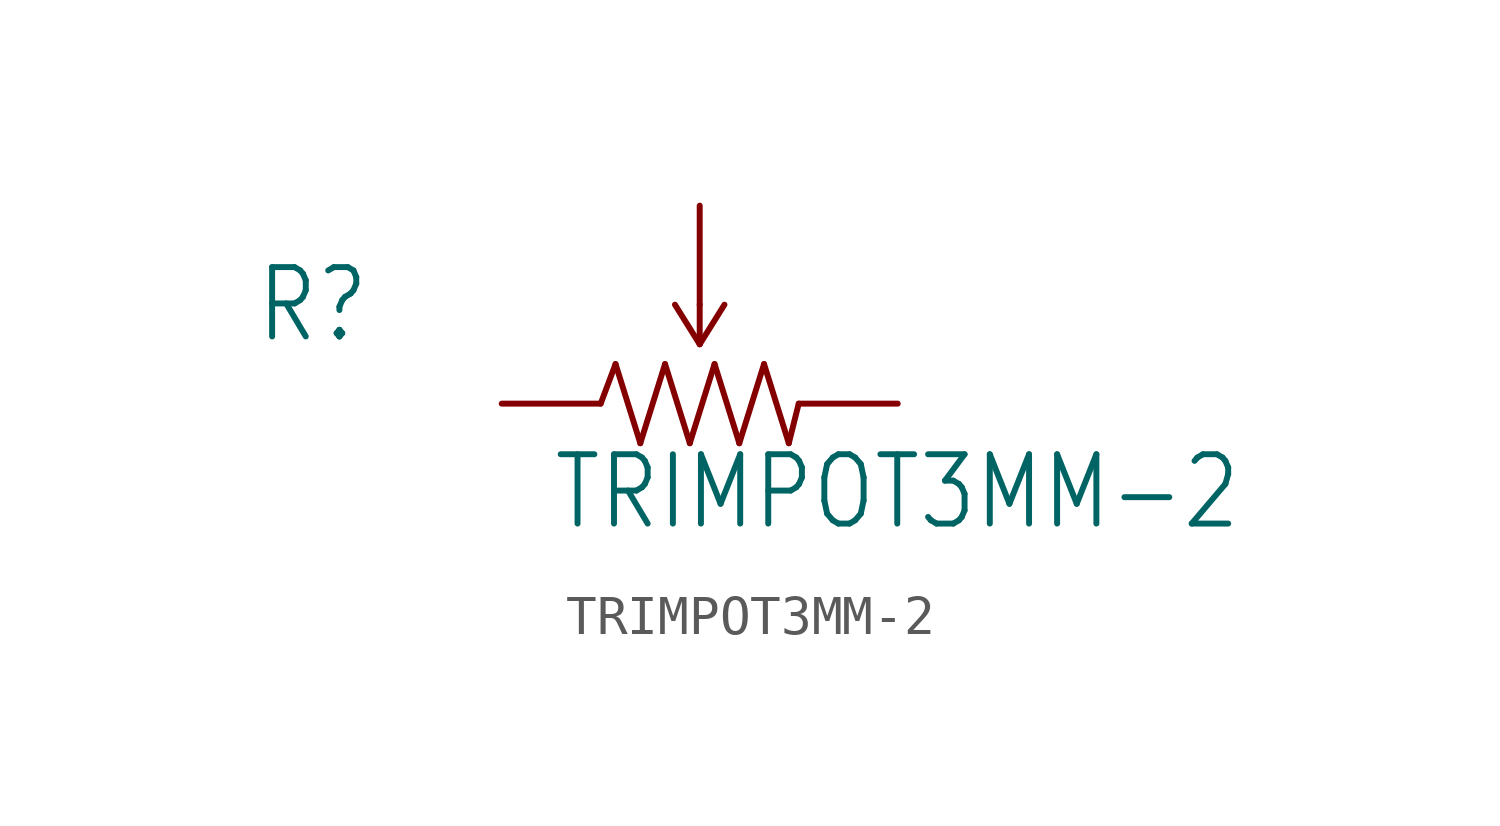
<source format=kicad_sym>
(kicad_symbol_lib
  (version 20211014)
  (generator kicad_symbol_editor)
  (symbol "TRIMPOT3MM-2"
    (property "Reference" "R"
      (at -11.43 1.499 0)
      (effects (font (size 1.778 1.511)) (justify left bottom)))
    (property "Value" "TRIMPOT3MM-2"
      (at -3.81 -3.302 0)
      (effects (font (size 1.778 1.511)) (justify left bottom)))
    (property "ki_locked" ""
      (at 0 0 0)
      (effects (font (size 1.27 1.27))))
    (symbol "TRIMPOT3MM-2_1_0"
      (polyline (pts (xy -2.54 0) (xy -2.159 1.016)) (stroke (width 0.152) (type default) (color 0 0 0 0)) (fill (type none)))
      (polyline (pts (xy -2.159 1.016) (xy -1.524 -1.016)) (stroke (width 0.152) (type default) (color 0 0 0 0)) (fill (type none)))
      (polyline (pts (xy -1.524 -1.016) (xy -0.889 1.016)) (stroke (width 0.152) (type default) (color 0 0 0 0)) (fill (type none)))
      (polyline (pts (xy -0.889 1.016) (xy -0.254 -1.016)) (stroke (width 0.152) (type default) (color 0 0 0 0)) (fill (type none)))
      (polyline (pts (xy -0.635 2.54) (xy 0 1.524)) (stroke (width 0.152) (type default) (color 0 0 0 0)) (fill (type none)))
      (polyline (pts (xy -0.254 -1.016) (xy 0.381 1.016)) (stroke (width 0.152) (type default) (color 0 0 0 0)) (fill (type none)))
      (polyline (pts (xy 0 1.524) (xy 0.635 2.54)) (stroke (width 0.152) (type default) (color 0 0 0 0)) (fill (type none)))
      (polyline (pts (xy 0 2.54) (xy 0 1.524)) (stroke (width 0.152) (type default) (color 0 0 0 0)) (fill (type none)))
      (polyline (pts (xy 0.381 1.016) (xy 1.016 -1.016)) (stroke (width 0.152) (type default) (color 0 0 0 0)) (fill (type none)))
      (polyline (pts (xy 1.016 -1.016) (xy 1.651 1.016)) (stroke (width 0.152) (type default) (color 0 0 0 0)) (fill (type none)))
      (polyline (pts (xy 1.651 1.016) (xy 2.286 -1.016)) (stroke (width 0.152) (type default) (color 0 0 0 0)) (fill (type none)))
      (polyline (pts (xy 2.286 -1.016) (xy 2.54 0)) (stroke (width 0.152) (type default) (color 0 0 0 0)) (fill (type none)))
      (pin passive line (at -5.08 0 0) (length 2.54) (name "CCW" (effects (font (size 0 0)))) (number "1" (effects (font (size 0 0)))))
      (pin passive line (at 0 5.08 270) (length 2.54) (name "WIPER" (effects (font (size 0 0)))) (number "2" (effects (font (size 0 0)))))
      (pin passive line (at 5.08 0 180) (length 2.54) (name "CW" (effects (font (size 0 0)))) (number "3" (effects (font (size 0 0))))))))
</source>
